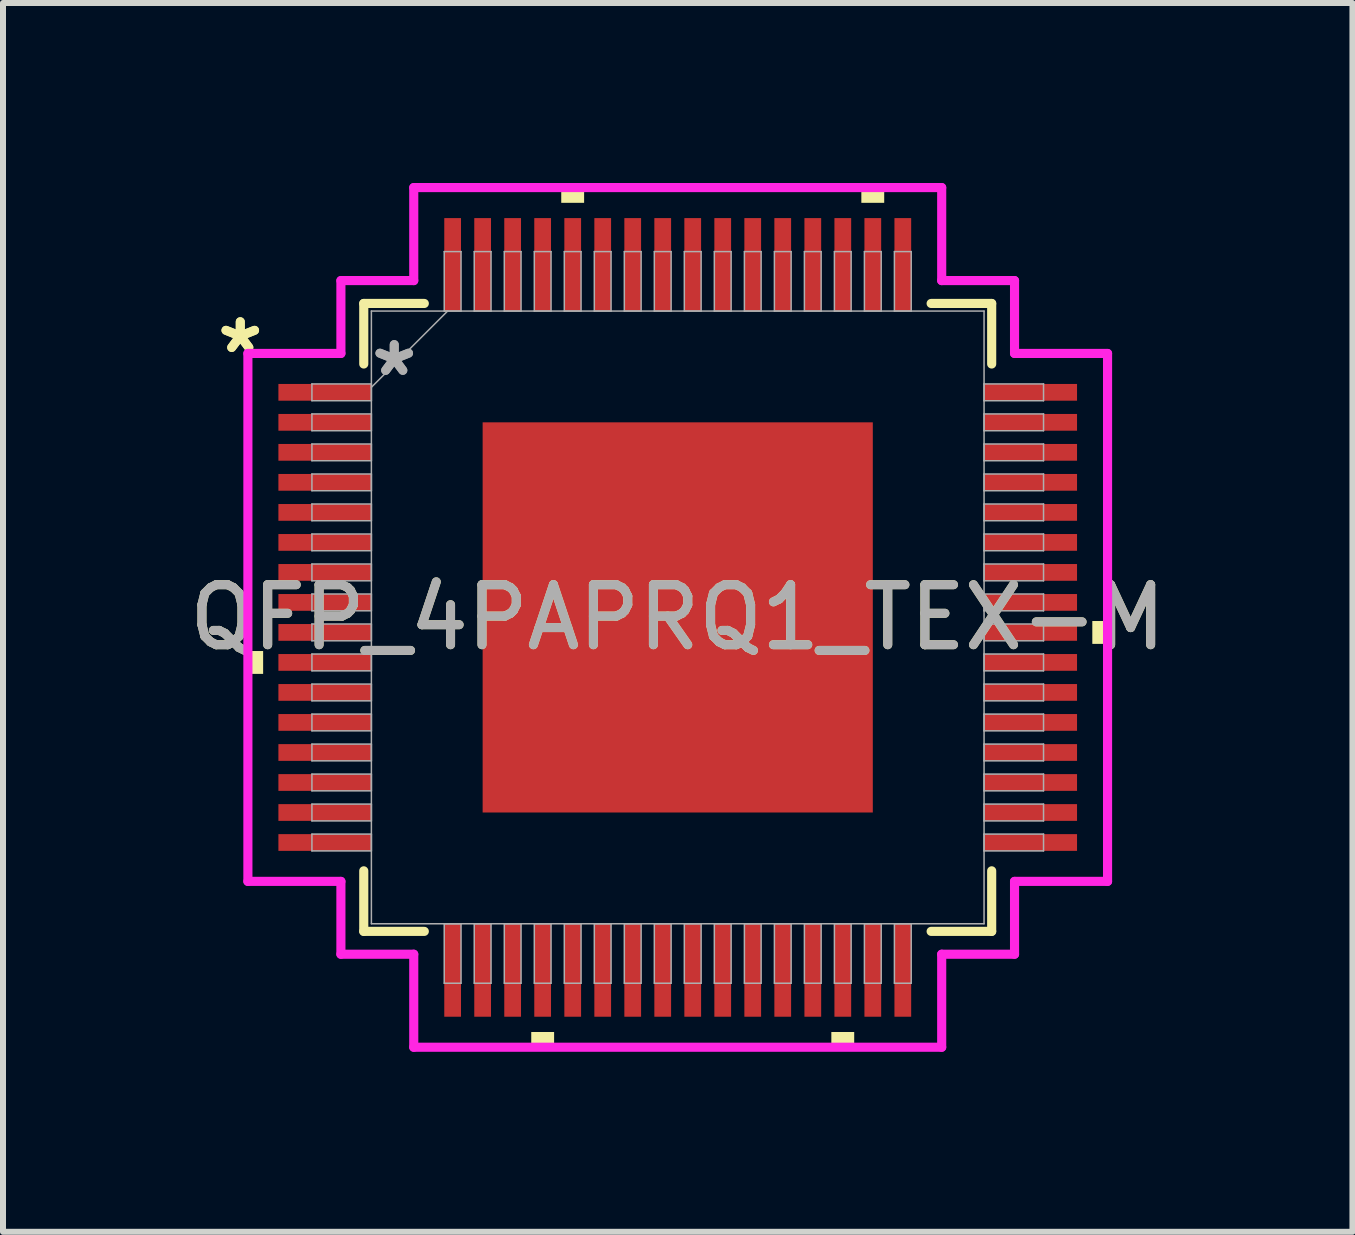
<source format=kicad_pcb>
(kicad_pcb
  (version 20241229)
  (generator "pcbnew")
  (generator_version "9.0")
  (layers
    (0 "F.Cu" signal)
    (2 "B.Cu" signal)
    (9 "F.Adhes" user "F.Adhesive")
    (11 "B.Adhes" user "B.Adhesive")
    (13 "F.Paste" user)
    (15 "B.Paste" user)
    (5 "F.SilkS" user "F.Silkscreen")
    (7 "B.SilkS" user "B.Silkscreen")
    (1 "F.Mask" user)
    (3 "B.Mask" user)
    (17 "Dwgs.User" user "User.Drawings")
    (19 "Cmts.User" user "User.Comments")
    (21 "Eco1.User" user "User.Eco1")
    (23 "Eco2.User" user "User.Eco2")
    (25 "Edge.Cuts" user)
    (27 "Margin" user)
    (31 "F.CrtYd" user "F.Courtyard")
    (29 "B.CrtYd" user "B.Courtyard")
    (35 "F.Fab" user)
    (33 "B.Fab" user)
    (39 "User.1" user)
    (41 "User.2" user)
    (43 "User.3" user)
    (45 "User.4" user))
  (footprint "QFP_4PAPRQ1_TEX-M"
    (layer "F.Cu")
    (at 8.244 7.239)
    (property "Reference" "QFP_4PAPRQ1_TEX-M" (at 0 0 0) (unlocked yes) (layer "F.SilkS") (effects (font (size 1 1) (thickness 0.15))))
    (attr smd)
    (fp_line (start -5.232 -5.232) (end -5.232 -4.223) (stroke (width 0.152) (type solid)) (layer "F.SilkS"))
    (fp_line (start -5.232 4.223) (end -5.232 5.232) (stroke (width 0.152) (type solid)) (layer "F.SilkS"))
    (fp_line (start -5.232 5.232) (end -4.223 5.232) (stroke (width 0.152) (type solid)) (layer "F.SilkS"))
    (fp_line (start -4.223 -5.232) (end -5.232 -5.232) (stroke (width 0.152) (type solid)) (layer "F.SilkS"))
    (fp_line (start 4.223 5.232) (end 5.232 5.232) (stroke (width 0.152) (type solid)) (layer "F.SilkS"))
    (fp_line (start 5.232 -5.232) (end 4.223 -5.232) (stroke (width 0.152) (type solid)) (layer "F.SilkS"))
    (fp_line (start 5.232 -4.223) (end 5.232 -5.232) (stroke (width 0.152) (type solid)) (layer "F.SilkS"))
    (fp_line (start 5.232 5.232) (end 5.232 4.223) (stroke (width 0.152) (type solid)) (layer "F.SilkS"))
    (fp_poly (pts (xy -7.163 0.56) (xy -7.163 0.941) (xy -6.909 0.941) (xy -6.909 0.56)) (stroke (width 0) (type solid)) (fill yes) (layer "F.SilkS"))
    (fp_poly (pts (xy -2.441 6.909) (xy -2.441 7.163) (xy -2.06 7.163) (xy -2.06 6.909)) (stroke (width 0) (type solid)) (fill yes) (layer "F.SilkS"))
    (fp_poly (pts (xy -1.941 -6.909) (xy -1.941 -7.163) (xy -1.56 -7.163) (xy -1.56 -6.909)) (stroke (width 0) (type solid)) (fill yes) (layer "F.SilkS"))
    (fp_poly (pts (xy 2.56 6.909) (xy 2.56 7.163) (xy 2.941 7.163) (xy 2.941 6.909)) (stroke (width 0) (type solid)) (fill yes) (layer "F.SilkS"))
    (fp_poly (pts (xy 3.06 -6.909) (xy 3.06 -7.163) (xy 3.441 -7.163) (xy 3.441 -6.909)) (stroke (width 0) (type solid)) (fill yes) (layer "F.SilkS"))
    (fp_poly (pts (xy 7.163 0.06) (xy 7.163 0.441) (xy 6.909 0.441) (xy 6.909 0.06)) (stroke (width 0) (type solid)) (fill yes) (layer "F.SilkS"))
    (fp_poly (pts (xy -3.151 -3.151) (xy -3.151 -2.051) (xy -2.051 -2.051) (xy -2.051 -3.151)) (stroke (width 0) (type solid)) (fill yes) (layer "F.Paste"))
    (fp_poly (pts (xy -3.151 -1.851) (xy -3.151 -0.75) (xy -2.051 -0.75) (xy -2.051 -1.851)) (stroke (width 0) (type solid)) (fill yes) (layer "F.Paste"))
    (fp_poly (pts (xy -3.151 -0.55) (xy -3.151 0.55) (xy -2.051 0.55) (xy -2.051 -0.55)) (stroke (width 0) (type solid)) (fill yes) (layer "F.Paste"))
    (fp_poly (pts (xy -3.151 0.75) (xy -3.151 1.851) (xy -2.051 1.851) (xy -2.051 0.75)) (stroke (width 0) (type solid)) (fill yes) (layer "F.Paste"))
    (fp_poly (pts (xy -3.151 2.051) (xy -3.151 3.151) (xy -2.051 3.151) (xy -2.051 2.051)) (stroke (width 0) (type solid)) (fill yes) (layer "F.Paste"))
    (fp_poly (pts (xy -1.851 -3.151) (xy -1.851 -2.051) (xy -0.75 -2.051) (xy -0.75 -3.151)) (stroke (width 0) (type solid)) (fill yes) (layer "F.Paste"))
    (fp_poly (pts (xy -1.851 -1.851) (xy -1.851 -0.75) (xy -0.75 -0.75) (xy -0.75 -1.851)) (stroke (width 0) (type solid)) (fill yes) (layer "F.Paste"))
    (fp_poly (pts (xy -1.851 -0.55) (xy -1.851 0.55) (xy -0.75 0.55) (xy -0.75 -0.55)) (stroke (width 0) (type solid)) (fill yes) (layer "F.Paste"))
    (fp_poly (pts (xy -1.851 0.75) (xy -1.851 1.851) (xy -0.75 1.851) (xy -0.75 0.75)) (stroke (width 0) (type solid)) (fill yes) (layer "F.Paste"))
    (fp_poly (pts (xy -1.851 2.051) (xy -1.851 3.151) (xy -0.75 3.151) (xy -0.75 2.051)) (stroke (width 0) (type solid)) (fill yes) (layer "F.Paste"))
    (fp_poly (pts (xy -0.55 -3.151) (xy -0.55 -2.051) (xy 0.55 -2.051) (xy 0.55 -3.151)) (stroke (width 0) (type solid)) (fill yes) (layer "F.Paste"))
    (fp_poly (pts (xy -0.55 -1.851) (xy -0.55 -0.75) (xy 0.55 -0.75) (xy 0.55 -1.851)) (stroke (width 0) (type solid)) (fill yes) (layer "F.Paste"))
    (fp_poly (pts (xy -0.55 -0.55) (xy -0.55 0.55) (xy 0.55 0.55) (xy 0.55 -0.55)) (stroke (width 0) (type solid)) (fill yes) (layer "F.Paste"))
    (fp_poly (pts (xy -0.55 0.75) (xy -0.55 1.851) (xy 0.55 1.851) (xy 0.55 0.75)) (stroke (width 0) (type solid)) (fill yes) (layer "F.Paste"))
    (fp_poly (pts (xy -0.55 2.051) (xy -0.55 3.151) (xy 0.55 3.151) (xy 0.55 2.051)) (stroke (width 0) (type solid)) (fill yes) (layer "F.Paste"))
    (fp_poly (pts (xy 0.75 -3.151) (xy 0.75 -2.051) (xy 1.851 -2.051) (xy 1.851 -3.151)) (stroke (width 0) (type solid)) (fill yes) (layer "F.Paste"))
    (fp_poly (pts (xy 0.75 -1.851) (xy 0.75 -0.75) (xy 1.851 -0.75) (xy 1.851 -1.851)) (stroke (width 0) (type solid)) (fill yes) (layer "F.Paste"))
    (fp_poly (pts (xy 0.75 -0.55) (xy 0.75 0.55) (xy 1.851 0.55) (xy 1.851 -0.55)) (stroke (width 0) (type solid)) (fill yes) (layer "F.Paste"))
    (fp_poly (pts (xy 0.75 0.75) (xy 0.75 1.851) (xy 1.851 1.851) (xy 1.851 0.75)) (stroke (width 0) (type solid)) (fill yes) (layer "F.Paste"))
    (fp_poly (pts (xy 0.75 2.051) (xy 0.75 3.151) (xy 1.851 3.151) (xy 1.851 2.051)) (stroke (width 0) (type solid)) (fill yes) (layer "F.Paste"))
    (fp_poly (pts (xy 2.051 -3.151) (xy 2.051 -2.051) (xy 3.151 -2.051) (xy 3.151 -3.151)) (stroke (width 0) (type solid)) (fill yes) (layer "F.Paste"))
    (fp_poly (pts (xy 2.051 -1.851) (xy 2.051 -0.75) (xy 3.151 -0.75) (xy 3.151 -1.851)) (stroke (width 0) (type solid)) (fill yes) (layer "F.Paste"))
    (fp_poly (pts (xy 2.051 -0.55) (xy 2.051 0.55) (xy 3.151 0.55) (xy 3.151 -0.55)) (stroke (width 0) (type solid)) (fill yes) (layer "F.Paste"))
    (fp_poly (pts (xy 2.051 0.75) (xy 2.051 1.851) (xy 3.151 1.851) (xy 3.151 0.75)) (stroke (width 0) (type solid)) (fill yes) (layer "F.Paste"))
    (fp_poly (pts (xy 2.051 2.051) (xy 2.051 3.151) (xy 3.151 3.151) (xy 3.151 2.051)) (stroke (width 0) (type solid)) (fill yes) (layer "F.Paste"))
    (fp_line (start -7.163 -4.399) (end -5.613 -4.399) (stroke (width 0.152) (type solid)) (layer "F.CrtYd"))
    (fp_line (start -7.163 4.399) (end -7.163 -4.399) (stroke (width 0.152) (type solid)) (layer "F.CrtYd"))
    (fp_line (start -5.613 -5.613) (end -4.399 -5.613) (stroke (width 0.152) (type solid)) (layer "F.CrtYd"))
    (fp_line (start -5.613 -4.399) (end -5.613 -5.613) (stroke (width 0.152) (type solid)) (layer "F.CrtYd"))
    (fp_line (start -5.613 4.399) (end -7.163 4.399) (stroke (width 0.152) (type solid)) (layer "F.CrtYd"))
    (fp_line (start -5.613 5.613) (end -5.613 4.399) (stroke (width 0.152) (type solid)) (layer "F.CrtYd"))
    (fp_line (start -5.613 5.613) (end -4.399 5.613) (stroke (width 0.152) (type solid)) (layer "F.CrtYd"))
    (fp_line (start -4.399 -7.163) (end 4.399 -7.163) (stroke (width 0.152) (type solid)) (layer "F.CrtYd"))
    (fp_line (start -4.399 -5.613) (end -4.399 -7.163) (stroke (width 0.152) (type solid)) (layer "F.CrtYd"))
    (fp_line (start -4.399 5.613) (end -4.399 7.163) (stroke (width 0.152) (type solid)) (layer "F.CrtYd"))
    (fp_line (start -4.399 7.163) (end 4.399 7.163) (stroke (width 0.152) (type solid)) (layer "F.CrtYd"))
    (fp_line (start 4.399 -7.163) (end 4.399 -5.613) (stroke (width 0.152) (type solid)) (layer "F.CrtYd"))
    (fp_line (start 4.399 -5.613) (end 5.613 -5.613) (stroke (width 0.152) (type solid)) (layer "F.CrtYd"))
    (fp_line (start 4.399 5.613) (end 5.613 5.613) (stroke (width 0.152) (type solid)) (layer "F.CrtYd"))
    (fp_line (start 4.399 7.163) (end 4.399 5.613) (stroke (width 0.152) (type solid)) (layer "F.CrtYd"))
    (fp_line (start 5.613 -4.399) (end 5.613 -5.613) (stroke (width 0.152) (type solid)) (layer "F.CrtYd"))
    (fp_line (start 5.613 4.399) (end 7.163 4.399) (stroke (width 0.152) (type solid)) (layer "F.CrtYd"))
    (fp_line (start 5.613 5.613) (end 5.613 4.399) (stroke (width 0.152) (type solid)) (layer "F.CrtYd"))
    (fp_line (start 7.163 -4.399) (end 5.613 -4.399) (stroke (width 0.152) (type solid)) (layer "F.CrtYd"))
    (fp_line (start 7.163 4.399) (end 7.163 -4.399) (stroke (width 0.152) (type solid)) (layer "F.CrtYd"))
    (fp_line (start -6.096 -3.891) (end -6.096 -3.611) (stroke (width 0.025) (type solid)) (layer "F.Fab"))
    (fp_line (start -6.096 -3.611) (end -5.105 -3.611) (stroke (width 0.025) (type solid)) (layer "F.Fab"))
    (fp_line (start -6.096 -3.391) (end -6.096 -3.111) (stroke (width 0.025) (type solid)) (layer "F.Fab"))
    (fp_line (start -6.096 -3.111) (end -5.105 -3.111) (stroke (width 0.025) (type solid)) (layer "F.Fab"))
    (fp_line (start -6.096 -2.89) (end -6.096 -2.611) (stroke (width 0.025) (type solid)) (layer "F.Fab"))
    (fp_line (start -6.096 -2.611) (end -5.105 -2.611) (stroke (width 0.025) (type solid)) (layer "F.Fab"))
    (fp_line (start -6.096 -2.39) (end -6.096 -2.111) (stroke (width 0.025) (type solid)) (layer "F.Fab"))
    (fp_line (start -6.096 -2.111) (end -5.105 -2.111) (stroke (width 0.025) (type solid)) (layer "F.Fab"))
    (fp_line (start -6.096 -1.89) (end -6.096 -1.611) (stroke (width 0.025) (type solid)) (layer "F.Fab"))
    (fp_line (start -6.096 -1.611) (end -5.105 -1.611) (stroke (width 0.025) (type solid)) (layer "F.Fab"))
    (fp_line (start -6.096 -1.39) (end -6.096 -1.111) (stroke (width 0.025) (type solid)) (layer "F.Fab"))
    (fp_line (start -6.096 -1.111) (end -5.105 -1.111) (stroke (width 0.025) (type solid)) (layer "F.Fab"))
    (fp_line (start -6.096 -0.89) (end -6.096 -0.61) (stroke (width 0.025) (type solid)) (layer "F.Fab"))
    (fp_line (start -6.096 -0.61) (end -5.105 -0.61) (stroke (width 0.025) (type solid)) (layer "F.Fab"))
    (fp_line (start -6.096 -0.39) (end -6.096 -0.11) (stroke (width 0.025) (type solid)) (layer "F.Fab"))
    (fp_line (start -6.096 -0.11) (end -5.105 -0.11) (stroke (width 0.025) (type solid)) (layer "F.Fab"))
    (fp_line (start -6.096 0.11) (end -6.096 0.39) (stroke (width 0.025) (type solid)) (layer "F.Fab"))
    (fp_line (start -6.096 0.39) (end -5.105 0.39) (stroke (width 0.025) (type solid)) (layer "F.Fab"))
    (fp_line (start -6.096 0.61) (end -6.096 0.89) (stroke (width 0.025) (type solid)) (layer "F.Fab"))
    (fp_line (start -6.096 0.89) (end -5.105 0.89) (stroke (width 0.025) (type solid)) (layer "F.Fab"))
    (fp_line (start -6.096 1.111) (end -6.096 1.39) (stroke (width 0.025) (type solid)) (layer "F.Fab"))
    (fp_line (start -6.096 1.39) (end -5.105 1.39) (stroke (width 0.025) (type solid)) (layer "F.Fab"))
    (fp_line (start -6.096 1.611) (end -6.096 1.89) (stroke (width 0.025) (type solid)) (layer "F.Fab"))
    (fp_line (start -6.096 1.89) (end -5.105 1.89) (stroke (width 0.025) (type solid)) (layer "F.Fab"))
    (fp_line (start -6.096 2.111) (end -6.096 2.39) (stroke (width 0.025) (type solid)) (layer "F.Fab"))
    (fp_line (start -6.096 2.39) (end -5.105 2.39) (stroke (width 0.025) (type solid)) (layer "F.Fab"))
    (fp_line (start -6.096 2.611) (end -6.096 2.89) (stroke (width 0.025) (type solid)) (layer "F.Fab"))
    (fp_line (start -6.096 2.89) (end -5.105 2.89) (stroke (width 0.025) (type solid)) (layer "F.Fab"))
    (fp_line (start -6.096 3.111) (end -6.096 3.391) (stroke (width 0.025) (type solid)) (layer "F.Fab"))
    (fp_line (start -6.096 3.391) (end -5.105 3.391) (stroke (width 0.025) (type solid)) (layer "F.Fab"))
    (fp_line (start -6.096 3.611) (end -6.096 3.891) (stroke (width 0.025) (type solid)) (layer "F.Fab"))
    (fp_line (start -6.096 3.891) (end -5.105 3.891) (stroke (width 0.025) (type solid)) (layer "F.Fab"))
    (fp_line (start -5.105 -5.105) (end -5.105 5.105) (stroke (width 0.025) (type solid)) (layer "F.Fab"))
    (fp_line (start -5.105 -3.891) (end -6.096 -3.891) (stroke (width 0.025) (type solid)) (layer "F.Fab"))
    (fp_line (start -5.105 -3.835) (end -3.835 -5.105) (stroke (width 0.025) (type solid)) (layer "F.Fab"))
    (fp_line (start -5.105 -3.611) (end -5.105 -3.891) (stroke (width 0.025) (type solid)) (layer "F.Fab"))
    (fp_line (start -5.105 -3.391) (end -6.096 -3.391) (stroke (width 0.025) (type solid)) (layer "F.Fab"))
    (fp_line (start -5.105 -3.111) (end -5.105 -3.391) (stroke (width 0.025) (type solid)) (layer "F.Fab"))
    (fp_line (start -5.105 -2.89) (end -6.096 -2.89) (stroke (width 0.025) (type solid)) (layer "F.Fab"))
    (fp_line (start -5.105 -2.611) (end -5.105 -2.89) (stroke (width 0.025) (type solid)) (layer "F.Fab"))
    (fp_line (start -5.105 -2.39) (end -6.096 -2.39) (stroke (width 0.025) (type solid)) (layer "F.Fab"))
    (fp_line (start -5.105 -2.111) (end -5.105 -2.39) (stroke (width 0.025) (type solid)) (layer "F.Fab"))
    (fp_line (start -5.105 -1.89) (end -6.096 -1.89) (stroke (width 0.025) (type solid)) (layer "F.Fab"))
    (fp_line (start -5.105 -1.611) (end -5.105 -1.89) (stroke (width 0.025) (type solid)) (layer "F.Fab"))
    (fp_line (start -5.105 -1.39) (end -6.096 -1.39) (stroke (width 0.025) (type solid)) (layer "F.Fab"))
    (fp_line (start -5.105 -1.111) (end -5.105 -1.39) (stroke (width 0.025) (type solid)) (layer "F.Fab"))
    (fp_line (start -5.105 -0.89) (end -6.096 -0.89) (stroke (width 0.025) (type solid)) (layer "F.Fab"))
    (fp_line (start -5.105 -0.61) (end -5.105 -0.89) (stroke (width 0.025) (type solid)) (layer "F.Fab"))
    (fp_line (start -5.105 -0.39) (end -6.096 -0.39) (stroke (width 0.025) (type solid)) (layer "F.Fab"))
    (fp_line (start -5.105 -0.11) (end -5.105 -0.39) (stroke (width 0.025) (type solid)) (layer "F.Fab"))
    (fp_line (start -5.105 0.11) (end -6.096 0.11) (stroke (width 0.025) (type solid)) (layer "F.Fab"))
    (fp_line (start -5.105 0.39) (end -5.105 0.11) (stroke (width 0.025) (type solid)) (layer "F.Fab"))
    (fp_line (start -5.105 0.61) (end -6.096 0.61) (stroke (width 0.025) (type solid)) (layer "F.Fab"))
    (fp_line (start -5.105 0.89) (end -5.105 0.61) (stroke (width 0.025) (type solid)) (layer "F.Fab"))
    (fp_line (start -5.105 1.111) (end -6.096 1.111) (stroke (width 0.025) (type solid)) (layer "F.Fab"))
    (fp_line (start -5.105 1.39) (end -5.105 1.111) (stroke (width 0.025) (type solid)) (layer "F.Fab"))
    (fp_line (start -5.105 1.611) (end -6.096 1.611) (stroke (width 0.025) (type solid)) (layer "F.Fab"))
    (fp_line (start -5.105 1.89) (end -5.105 1.611) (stroke (width 0.025) (type solid)) (layer "F.Fab"))
    (fp_line (start -5.105 2.111) (end -6.096 2.111) (stroke (width 0.025) (type solid)) (layer "F.Fab"))
    (fp_line (start -5.105 2.39) (end -5.105 2.111) (stroke (width 0.025) (type solid)) (layer "F.Fab"))
    (fp_line (start -5.105 2.611) (end -6.096 2.611) (stroke (width 0.025) (type solid)) (layer "F.Fab"))
    (fp_line (start -5.105 2.89) (end -5.105 2.611) (stroke (width 0.025) (type solid)) (layer "F.Fab"))
    (fp_line (start -5.105 3.111) (end -6.096 3.111) (stroke (width 0.025) (type solid)) (layer "F.Fab"))
    (fp_line (start -5.105 3.391) (end -5.105 3.111) (stroke (width 0.025) (type solid)) (layer "F.Fab"))
    (fp_line (start -5.105 3.611) (end -6.096 3.611) (stroke (width 0.025) (type solid)) (layer "F.Fab"))
    (fp_line (start -5.105 3.891) (end -5.105 3.611) (stroke (width 0.025) (type solid)) (layer "F.Fab"))
    (fp_line (start -5.105 5.105) (end 5.105 5.105) (stroke (width 0.025) (type solid)) (layer "F.Fab"))
    (fp_line (start -3.891 -6.096) (end -3.891 -5.105) (stroke (width 0.025) (type solid)) (layer "F.Fab"))
    (fp_line (start -3.891 -5.105) (end -3.611 -5.105) (stroke (width 0.025) (type solid)) (layer "F.Fab"))
    (fp_line (start -3.891 5.105) (end -3.891 6.096) (stroke (width 0.025) (type solid)) (layer "F.Fab"))
    (fp_line (start -3.891 6.096) (end -3.611 6.096) (stroke (width 0.025) (type solid)) (layer "F.Fab"))
    (fp_line (start -3.611 -6.096) (end -3.891 -6.096) (stroke (width 0.025) (type solid)) (layer "F.Fab"))
    (fp_line (start -3.611 -5.105) (end -3.611 -6.096) (stroke (width 0.025) (type solid)) (layer "F.Fab"))
    (fp_line (start -3.611 5.105) (end -3.891 5.105) (stroke (width 0.025) (type solid)) (layer "F.Fab"))
    (fp_line (start -3.611 6.096) (end -3.611 5.105) (stroke (width 0.025) (type solid)) (layer "F.Fab"))
    (fp_line (start -3.391 -6.096) (end -3.391 -5.105) (stroke (width 0.025) (type solid)) (layer "F.Fab"))
    (fp_line (start -3.391 -5.105) (end -3.111 -5.105) (stroke (width 0.025) (type solid)) (layer "F.Fab"))
    (fp_line (start -3.391 5.105) (end -3.391 6.096) (stroke (width 0.025) (type solid)) (layer "F.Fab"))
    (fp_line (start -3.391 6.096) (end -3.111 6.096) (stroke (width 0.025) (type solid)) (layer "F.Fab"))
    (fp_line (start -3.111 -6.096) (end -3.391 -6.096) (stroke (width 0.025) (type solid)) (layer "F.Fab"))
    (fp_line (start -3.111 -5.105) (end -3.111 -6.096) (stroke (width 0.025) (type solid)) (layer "F.Fab"))
    (fp_line (start -3.111 5.105) (end -3.391 5.105) (stroke (width 0.025) (type solid)) (layer "F.Fab"))
    (fp_line (start -3.111 6.096) (end -3.111 5.105) (stroke (width 0.025) (type solid)) (layer "F.Fab"))
    (fp_line (start -2.89 -6.096) (end -2.89 -5.105) (stroke (width 0.025) (type solid)) (layer "F.Fab"))
    (fp_line (start -2.89 -5.105) (end -2.611 -5.105) (stroke (width 0.025) (type solid)) (layer "F.Fab"))
    (fp_line (start -2.89 5.105) (end -2.89 6.096) (stroke (width 0.025) (type solid)) (layer "F.Fab"))
    (fp_line (start -2.89 6.096) (end -2.611 6.096) (stroke (width 0.025) (type solid)) (layer "F.Fab"))
    (fp_line (start -2.611 -6.096) (end -2.89 -6.096) (stroke (width 0.025) (type solid)) (layer "F.Fab"))
    (fp_line (start -2.611 -5.105) (end -2.611 -6.096) (stroke (width 0.025) (type solid)) (layer "F.Fab"))
    (fp_line (start -2.611 5.105) (end -2.89 5.105) (stroke (width 0.025) (type solid)) (layer "F.Fab"))
    (fp_line (start -2.611 6.096) (end -2.611 5.105) (stroke (width 0.025) (type solid)) (layer "F.Fab"))
    (fp_line (start -2.39 -6.096) (end -2.39 -5.105) (stroke (width 0.025) (type solid)) (layer "F.Fab"))
    (fp_line (start -2.39 -5.105) (end -2.111 -5.105) (stroke (width 0.025) (type solid)) (layer "F.Fab"))
    (fp_line (start -2.39 5.105) (end -2.39 6.096) (stroke (width 0.025) (type solid)) (layer "F.Fab"))
    (fp_line (start -2.39 6.096) (end -2.111 6.096) (stroke (width 0.025) (type solid)) (layer "F.Fab"))
    (fp_line (start -2.111 -6.096) (end -2.39 -6.096) (stroke (width 0.025) (type solid)) (layer "F.Fab"))
    (fp_line (start -2.111 -5.105) (end -2.111 -6.096) (stroke (width 0.025) (type solid)) (layer "F.Fab"))
    (fp_line (start -2.111 5.105) (end -2.39 5.105) (stroke (width 0.025) (type solid)) (layer "F.Fab"))
    (fp_line (start -2.111 6.096) (end -2.111 5.105) (stroke (width 0.025) (type solid)) (layer "F.Fab"))
    (fp_line (start -1.89 -6.096) (end -1.89 -5.105) (stroke (width 0.025) (type solid)) (layer "F.Fab"))
    (fp_line (start -1.89 -5.105) (end -1.611 -5.105) (stroke (width 0.025) (type solid)) (layer "F.Fab"))
    (fp_line (start -1.89 5.105) (end -1.89 6.096) (stroke (width 0.025) (type solid)) (layer "F.Fab"))
    (fp_line (start -1.89 6.096) (end -1.611 6.096) (stroke (width 0.025) (type solid)) (layer "F.Fab"))
    (fp_line (start -1.611 -6.096) (end -1.89 -6.096) (stroke (width 0.025) (type solid)) (layer "F.Fab"))
    (fp_line (start -1.611 -5.105) (end -1.611 -6.096) (stroke (width 0.025) (type solid)) (layer "F.Fab"))
    (fp_line (start -1.611 5.105) (end -1.89 5.105) (stroke (width 0.025) (type solid)) (layer "F.Fab"))
    (fp_line (start -1.611 6.096) (end -1.611 5.105) (stroke (width 0.025) (type solid)) (layer "F.Fab"))
    (fp_line (start -1.39 -6.096) (end -1.39 -5.105) (stroke (width 0.025) (type solid)) (layer "F.Fab"))
    (fp_line (start -1.39 -5.105) (end -1.111 -5.105) (stroke (width 0.025) (type solid)) (layer "F.Fab"))
    (fp_line (start -1.39 5.105) (end -1.39 6.096) (stroke (width 0.025) (type solid)) (layer "F.Fab"))
    (fp_line (start -1.39 6.096) (end -1.111 6.096) (stroke (width 0.025) (type solid)) (layer "F.Fab"))
    (fp_line (start -1.111 -6.096) (end -1.39 -6.096) (stroke (width 0.025) (type solid)) (layer "F.Fab"))
    (fp_line (start -1.111 -5.105) (end -1.111 -6.096) (stroke (width 0.025) (type solid)) (layer "F.Fab"))
    (fp_line (start -1.111 5.105) (end -1.39 5.105) (stroke (width 0.025) (type solid)) (layer "F.Fab"))
    (fp_line (start -1.111 6.096) (end -1.111 5.105) (stroke (width 0.025) (type solid)) (layer "F.Fab"))
    (fp_line (start -0.89 -6.096) (end -0.89 -5.105) (stroke (width 0.025) (type solid)) (layer "F.Fab"))
    (fp_line (start -0.89 -5.105) (end -0.61 -5.105) (stroke (width 0.025) (type solid)) (layer "F.Fab"))
    (fp_line (start -0.89 5.105) (end -0.89 6.096) (stroke (width 0.025) (type solid)) (layer "F.Fab"))
    (fp_line (start -0.89 6.096) (end -0.61 6.096) (stroke (width 0.025) (type solid)) (layer "F.Fab"))
    (fp_line (start -0.61 -6.096) (end -0.89 -6.096) (stroke (width 0.025) (type solid)) (layer "F.Fab"))
    (fp_line (start -0.61 -5.105) (end -0.61 -6.096) (stroke (width 0.025) (type solid)) (layer "F.Fab"))
    (fp_line (start -0.61 5.105) (end -0.89 5.105) (stroke (width 0.025) (type solid)) (layer "F.Fab"))
    (fp_line (start -0.61 6.096) (end -0.61 5.105) (stroke (width 0.025) (type solid)) (layer "F.Fab"))
    (fp_line (start -0.39 -6.096) (end -0.39 -5.105) (stroke (width 0.025) (type solid)) (layer "F.Fab"))
    (fp_line (start -0.39 -5.105) (end -0.11 -5.105) (stroke (width 0.025) (type solid)) (layer "F.Fab"))
    (fp_line (start -0.39 5.105) (end -0.39 6.096) (stroke (width 0.025) (type solid)) (layer "F.Fab"))
    (fp_line (start -0.39 6.096) (end -0.11 6.096) (stroke (width 0.025) (type solid)) (layer "F.Fab"))
    (fp_line (start -0.11 -6.096) (end -0.39 -6.096) (stroke (width 0.025) (type solid)) (layer "F.Fab"))
    (fp_line (start -0.11 -5.105) (end -0.11 -6.096) (stroke (width 0.025) (type solid)) (layer "F.Fab"))
    (fp_line (start -0.11 5.105) (end -0.39 5.105) (stroke (width 0.025) (type solid)) (layer "F.Fab"))
    (fp_line (start -0.11 6.096) (end -0.11 5.105) (stroke (width 0.025) (type solid)) (layer "F.Fab"))
    (fp_line (start 0.11 -6.096) (end 0.11 -5.105) (stroke (width 0.025) (type solid)) (layer "F.Fab"))
    (fp_line (start 0.11 -5.105) (end 0.39 -5.105) (stroke (width 0.025) (type solid)) (layer "F.Fab"))
    (fp_line (start 0.11 5.105) (end 0.11 6.096) (stroke (width 0.025) (type solid)) (layer "F.Fab"))
    (fp_line (start 0.11 6.096) (end 0.39 6.096) (stroke (width 0.025) (type solid)) (layer "F.Fab"))
    (fp_line (start 0.39 -6.096) (end 0.11 -6.096) (stroke (width 0.025) (type solid)) (layer "F.Fab"))
    (fp_line (start 0.39 -5.105) (end 0.39 -6.096) (stroke (width 0.025) (type solid)) (layer "F.Fab"))
    (fp_line (start 0.39 5.105) (end 0.11 5.105) (stroke (width 0.025) (type solid)) (layer "F.Fab"))
    (fp_line (start 0.39 6.096) (end 0.39 5.105) (stroke (width 0.025) (type solid)) (layer "F.Fab"))
    (fp_line (start 0.61 -6.096) (end 0.61 -5.105) (stroke (width 0.025) (type solid)) (layer "F.Fab"))
    (fp_line (start 0.61 -5.105) (end 0.89 -5.105) (stroke (width 0.025) (type solid)) (layer "F.Fab"))
    (fp_line (start 0.61 5.105) (end 0.61 6.096) (stroke (width 0.025) (type solid)) (layer "F.Fab"))
    (fp_line (start 0.61 6.096) (end 0.89 6.096) (stroke (width 0.025) (type solid)) (layer "F.Fab"))
    (fp_line (start 0.89 -6.096) (end 0.61 -6.096) (stroke (width 0.025) (type solid)) (layer "F.Fab"))
    (fp_line (start 0.89 -5.105) (end 0.89 -6.096) (stroke (width 0.025) (type solid)) (layer "F.Fab"))
    (fp_line (start 0.89 5.105) (end 0.61 5.105) (stroke (width 0.025) (type solid)) (layer "F.Fab"))
    (fp_line (start 0.89 6.096) (end 0.89 5.105) (stroke (width 0.025) (type solid)) (layer "F.Fab"))
    (fp_line (start 1.111 -6.096) (end 1.111 -5.105) (stroke (width 0.025) (type solid)) (layer "F.Fab"))
    (fp_line (start 1.111 -5.105) (end 1.39 -5.105) (stroke (width 0.025) (type solid)) (layer "F.Fab"))
    (fp_line (start 1.111 5.105) (end 1.111 6.096) (stroke (width 0.025) (type solid)) (layer "F.Fab"))
    (fp_line (start 1.111 6.096) (end 1.39 6.096) (stroke (width 0.025) (type solid)) (layer "F.Fab"))
    (fp_line (start 1.39 -6.096) (end 1.111 -6.096) (stroke (width 0.025) (type solid)) (layer "F.Fab"))
    (fp_line (start 1.39 -5.105) (end 1.39 -6.096) (stroke (width 0.025) (type solid)) (layer "F.Fab"))
    (fp_line (start 1.39 5.105) (end 1.111 5.105) (stroke (width 0.025) (type solid)) (layer "F.Fab"))
    (fp_line (start 1.39 6.096) (end 1.39 5.105) (stroke (width 0.025) (type solid)) (layer "F.Fab"))
    (fp_line (start 1.611 -6.096) (end 1.611 -5.105) (stroke (width 0.025) (type solid)) (layer "F.Fab"))
    (fp_line (start 1.611 -5.105) (end 1.89 -5.105) (stroke (width 0.025) (type solid)) (layer "F.Fab"))
    (fp_line (start 1.611 5.105) (end 1.611 6.096) (stroke (width 0.025) (type solid)) (layer "F.Fab"))
    (fp_line (start 1.611 6.096) (end 1.89 6.096) (stroke (width 0.025) (type solid)) (layer "F.Fab"))
    (fp_line (start 1.89 -6.096) (end 1.611 -6.096) (stroke (width 0.025) (type solid)) (layer "F.Fab"))
    (fp_line (start 1.89 -5.105) (end 1.89 -6.096) (stroke (width 0.025) (type solid)) (layer "F.Fab"))
    (fp_line (start 1.89 5.105) (end 1.611 5.105) (stroke (width 0.025) (type solid)) (layer "F.Fab"))
    (fp_line (start 1.89 6.096) (end 1.89 5.105) (stroke (width 0.025) (type solid)) (layer "F.Fab"))
    (fp_line (start 2.111 -6.096) (end 2.111 -5.105) (stroke (width 0.025) (type solid)) (layer "F.Fab"))
    (fp_line (start 2.111 -5.105) (end 2.39 -5.105) (stroke (width 0.025) (type solid)) (layer "F.Fab"))
    (fp_line (start 2.111 5.105) (end 2.111 6.096) (stroke (width 0.025) (type solid)) (layer "F.Fab"))
    (fp_line (start 2.111 6.096) (end 2.39 6.096) (stroke (width 0.025) (type solid)) (layer "F.Fab"))
    (fp_line (start 2.39 -6.096) (end 2.111 -6.096) (stroke (width 0.025) (type solid)) (layer "F.Fab"))
    (fp_line (start 2.39 -5.105) (end 2.39 -6.096) (stroke (width 0.025) (type solid)) (layer "F.Fab"))
    (fp_line (start 2.39 5.105) (end 2.111 5.105) (stroke (width 0.025) (type solid)) (layer "F.Fab"))
    (fp_line (start 2.39 6.096) (end 2.39 5.105) (stroke (width 0.025) (type solid)) (layer "F.Fab"))
    (fp_line (start 2.611 -6.096) (end 2.611 -5.105) (stroke (width 0.025) (type solid)) (layer "F.Fab"))
    (fp_line (start 2.611 -5.105) (end 2.89 -5.105) (stroke (width 0.025) (type solid)) (layer "F.Fab"))
    (fp_line (start 2.611 5.105) (end 2.611 6.096) (stroke (width 0.025) (type solid)) (layer "F.Fab"))
    (fp_line (start 2.611 6.096) (end 2.89 6.096) (stroke (width 0.025) (type solid)) (layer "F.Fab"))
    (fp_line (start 2.89 -6.096) (end 2.611 -6.096) (stroke (width 0.025) (type solid)) (layer "F.Fab"))
    (fp_line (start 2.89 -5.105) (end 2.89 -6.096) (stroke (width 0.025) (type solid)) (layer "F.Fab"))
    (fp_line (start 2.89 5.105) (end 2.611 5.105) (stroke (width 0.025) (type solid)) (layer "F.Fab"))
    (fp_line (start 2.89 6.096) (end 2.89 5.105) (stroke (width 0.025) (type solid)) (layer "F.Fab"))
    (fp_line (start 3.111 -6.096) (end 3.111 -5.105) (stroke (width 0.025) (type solid)) (layer "F.Fab"))
    (fp_line (start 3.111 -5.105) (end 3.391 -5.105) (stroke (width 0.025) (type solid)) (layer "F.Fab"))
    (fp_line (start 3.111 5.105) (end 3.111 6.096) (stroke (width 0.025) (type solid)) (layer "F.Fab"))
    (fp_line (start 3.111 6.096) (end 3.391 6.096) (stroke (width 0.025) (type solid)) (layer "F.Fab"))
    (fp_line (start 3.391 -6.096) (end 3.111 -6.096) (stroke (width 0.025) (type solid)) (layer "F.Fab"))
    (fp_line (start 3.391 -5.105) (end 3.391 -6.096) (stroke (width 0.025) (type solid)) (layer "F.Fab"))
    (fp_line (start 3.391 5.105) (end 3.111 5.105) (stroke (width 0.025) (type solid)) (layer "F.Fab"))
    (fp_line (start 3.391 6.096) (end 3.391 5.105) (stroke (width 0.025) (type solid)) (layer "F.Fab"))
    (fp_line (start 3.611 -6.096) (end 3.611 -5.105) (stroke (width 0.025) (type solid)) (layer "F.Fab"))
    (fp_line (start 3.611 -5.105) (end 3.891 -5.105) (stroke (width 0.025) (type solid)) (layer "F.Fab"))
    (fp_line (start 3.611 5.105) (end 3.611 6.096) (stroke (width 0.025) (type solid)) (layer "F.Fab"))
    (fp_line (start 3.611 6.096) (end 3.891 6.096) (stroke (width 0.025) (type solid)) (layer "F.Fab"))
    (fp_line (start 3.891 -6.096) (end 3.611 -6.096) (stroke (width 0.025) (type solid)) (layer "F.Fab"))
    (fp_line (start 3.891 -5.105) (end 3.891 -6.096) (stroke (width 0.025) (type solid)) (layer "F.Fab"))
    (fp_line (start 3.891 5.105) (end 3.611 5.105) (stroke (width 0.025) (type solid)) (layer "F.Fab"))
    (fp_line (start 3.891 6.096) (end 3.891 5.105) (stroke (width 0.025) (type solid)) (layer "F.Fab"))
    (fp_line (start 5.105 -5.105) (end -5.105 -5.105) (stroke (width 0.025) (type solid)) (layer "F.Fab"))
    (fp_line (start 5.105 -3.891) (end 5.105 -3.611) (stroke (width 0.025) (type solid)) (layer "F.Fab"))
    (fp_line (start 5.105 -3.611) (end 6.096 -3.611) (stroke (width 0.025) (type solid)) (layer "F.Fab"))
    (fp_line (start 5.105 -3.391) (end 5.105 -3.111) (stroke (width 0.025) (type solid)) (layer "F.Fab"))
    (fp_line (start 5.105 -3.111) (end 6.096 -3.111) (stroke (width 0.025) (type solid)) (layer "F.Fab"))
    (fp_line (start 5.105 -2.89) (end 5.105 -2.611) (stroke (width 0.025) (type solid)) (layer "F.Fab"))
    (fp_line (start 5.105 -2.611) (end 6.096 -2.611) (stroke (width 0.025) (type solid)) (layer "F.Fab"))
    (fp_line (start 5.105 -2.39) (end 5.105 -2.111) (stroke (width 0.025) (type solid)) (layer "F.Fab"))
    (fp_line (start 5.105 -2.111) (end 6.096 -2.111) (stroke (width 0.025) (type solid)) (layer "F.Fab"))
    (fp_line (start 5.105 -1.89) (end 5.105 -1.611) (stroke (width 0.025) (type solid)) (layer "F.Fab"))
    (fp_line (start 5.105 -1.611) (end 6.096 -1.611) (stroke (width 0.025) (type solid)) (layer "F.Fab"))
    (fp_line (start 5.105 -1.39) (end 5.105 -1.111) (stroke (width 0.025) (type solid)) (layer "F.Fab"))
    (fp_line (start 5.105 -1.111) (end 6.096 -1.111) (stroke (width 0.025) (type solid)) (layer "F.Fab"))
    (fp_line (start 5.105 -0.89) (end 5.105 -0.61) (stroke (width 0.025) (type solid)) (layer "F.Fab"))
    (fp_line (start 5.105 -0.61) (end 6.096 -0.61) (stroke (width 0.025) (type solid)) (layer "F.Fab"))
    (fp_line (start 5.105 -0.39) (end 5.105 -0.11) (stroke (width 0.025) (type solid)) (layer "F.Fab"))
    (fp_line (start 5.105 -0.11) (end 6.096 -0.11) (stroke (width 0.025) (type solid)) (layer "F.Fab"))
    (fp_line (start 5.105 0.11) (end 5.105 0.39) (stroke (width 0.025) (type solid)) (layer "F.Fab"))
    (fp_line (start 5.105 0.39) (end 6.096 0.39) (stroke (width 0.025) (type solid)) (layer "F.Fab"))
    (fp_line (start 5.105 0.61) (end 5.105 0.89) (stroke (width 0.025) (type solid)) (layer "F.Fab"))
    (fp_line (start 5.105 0.89) (end 6.096 0.89) (stroke (width 0.025) (type solid)) (layer "F.Fab"))
    (fp_line (start 5.105 1.111) (end 5.105 1.39) (stroke (width 0.025) (type solid)) (layer "F.Fab"))
    (fp_line (start 5.105 1.39) (end 6.096 1.39) (stroke (width 0.025) (type solid)) (layer "F.Fab"))
    (fp_line (start 5.105 1.611) (end 5.105 1.89) (stroke (width 0.025) (type solid)) (layer "F.Fab"))
    (fp_line (start 5.105 1.89) (end 6.096 1.89) (stroke (width 0.025) (type solid)) (layer "F.Fab"))
    (fp_line (start 5.105 2.111) (end 5.105 2.39) (stroke (width 0.025) (type solid)) (layer "F.Fab"))
    (fp_line (start 5.105 2.39) (end 6.096 2.39) (stroke (width 0.025) (type solid)) (layer "F.Fab"))
    (fp_line (start 5.105 2.611) (end 5.105 2.89) (stroke (width 0.025) (type solid)) (layer "F.Fab"))
    (fp_line (start 5.105 2.89) (end 6.096 2.89) (stroke (width 0.025) (type solid)) (layer "F.Fab"))
    (fp_line (start 5.105 3.111) (end 5.105 3.391) (stroke (width 0.025) (type solid)) (layer "F.Fab"))
    (fp_line (start 5.105 3.391) (end 6.096 3.391) (stroke (width 0.025) (type solid)) (layer "F.Fab"))
    (fp_line (start 5.105 3.611) (end 5.105 3.891) (stroke (width 0.025) (type solid)) (layer "F.Fab"))
    (fp_line (start 5.105 3.891) (end 6.096 3.891) (stroke (width 0.025) (type solid)) (layer "F.Fab"))
    (fp_line (start 5.105 5.105) (end 5.105 -5.105) (stroke (width 0.025) (type solid)) (layer "F.Fab"))
    (fp_line (start 6.096 -3.891) (end 5.105 -3.891) (stroke (width 0.025) (type solid)) (layer "F.Fab"))
    (fp_line (start 6.096 -3.611) (end 6.096 -3.891) (stroke (width 0.025) (type solid)) (layer "F.Fab"))
    (fp_line (start 6.096 -3.391) (end 5.105 -3.391) (stroke (width 0.025) (type solid)) (layer "F.Fab"))
    (fp_line (start 6.096 -3.111) (end 6.096 -3.391) (stroke (width 0.025) (type solid)) (layer "F.Fab"))
    (fp_line (start 6.096 -2.89) (end 5.105 -2.89) (stroke (width 0.025) (type solid)) (layer "F.Fab"))
    (fp_line (start 6.096 -2.611) (end 6.096 -2.89) (stroke (width 0.025) (type solid)) (layer "F.Fab"))
    (fp_line (start 6.096 -2.39) (end 5.105 -2.39) (stroke (width 0.025) (type solid)) (layer "F.Fab"))
    (fp_line (start 6.096 -2.111) (end 6.096 -2.39) (stroke (width 0.025) (type solid)) (layer "F.Fab"))
    (fp_line (start 6.096 -1.89) (end 5.105 -1.89) (stroke (width 0.025) (type solid)) (layer "F.Fab"))
    (fp_line (start 6.096 -1.611) (end 6.096 -1.89) (stroke (width 0.025) (type solid)) (layer "F.Fab"))
    (fp_line (start 6.096 -1.39) (end 5.105 -1.39) (stroke (width 0.025) (type solid)) (layer "F.Fab"))
    (fp_line (start 6.096 -1.111) (end 6.096 -1.39) (stroke (width 0.025) (type solid)) (layer "F.Fab"))
    (fp_line (start 6.096 -0.89) (end 5.105 -0.89) (stroke (width 0.025) (type solid)) (layer "F.Fab"))
    (fp_line (start 6.096 -0.61) (end 6.096 -0.89) (stroke (width 0.025) (type solid)) (layer "F.Fab"))
    (fp_line (start 6.096 -0.39) (end 5.105 -0.39) (stroke (width 0.025) (type solid)) (layer "F.Fab"))
    (fp_line (start 6.096 -0.11) (end 6.096 -0.39) (stroke (width 0.025) (type solid)) (layer "F.Fab"))
    (fp_line (start 6.096 0.11) (end 5.105 0.11) (stroke (width 0.025) (type solid)) (layer "F.Fab"))
    (fp_line (start 6.096 0.39) (end 6.096 0.11) (stroke (width 0.025) (type solid)) (layer "F.Fab"))
    (fp_line (start 6.096 0.61) (end 5.105 0.61) (stroke (width 0.025) (type solid)) (layer "F.Fab"))
    (fp_line (start 6.096 0.89) (end 6.096 0.61) (stroke (width 0.025) (type solid)) (layer "F.Fab"))
    (fp_line (start 6.096 1.111) (end 5.105 1.111) (stroke (width 0.025) (type solid)) (layer "F.Fab"))
    (fp_line (start 6.096 1.39) (end 6.096 1.111) (stroke (width 0.025) (type solid)) (layer "F.Fab"))
    (fp_line (start 6.096 1.611) (end 5.105 1.611) (stroke (width 0.025) (type solid)) (layer "F.Fab"))
    (fp_line (start 6.096 1.89) (end 6.096 1.611) (stroke (width 0.025) (type solid)) (layer "F.Fab"))
    (fp_line (start 6.096 2.111) (end 5.105 2.111) (stroke (width 0.025) (type solid)) (layer "F.Fab"))
    (fp_line (start 6.096 2.39) (end 6.096 2.111) (stroke (width 0.025) (type solid)) (layer "F.Fab"))
    (fp_line (start 6.096 2.611) (end 5.105 2.611) (stroke (width 0.025) (type solid)) (layer "F.Fab"))
    (fp_line (start 6.096 2.89) (end 6.096 2.611) (stroke (width 0.025) (type solid)) (layer "F.Fab"))
    (fp_line (start 6.096 3.111) (end 5.105 3.111) (stroke (width 0.025) (type solid)) (layer "F.Fab"))
    (fp_line (start 6.096 3.391) (end 6.096 3.111) (stroke (width 0.025) (type solid)) (layer "F.Fab"))
    (fp_line (start 6.096 3.611) (end 5.105 3.611) (stroke (width 0.025) (type solid)) (layer "F.Fab"))
    (fp_line (start 6.096 3.891) (end 6.096 3.611) (stroke (width 0.025) (type solid)) (layer "F.Fab"))
    (fp_text user "*" (at -7.29 -4.382 0) (unlocked yes) (layer "F.SilkS") (effects (font (size 1 1) (thickness 0.15))))
    (fp_text user "*" (at -7.29 -4.382 0) (layer "F.SilkS") (effects (font (size 1 1) (thickness 0.15))))
    (fp_text user "*" (at -4.724 -4.001 0) (unlocked yes) (layer "F.Fab") (effects (font (size 1 1) (thickness 0.15))))
    (fp_text user "*" (at -4.724 -4.001 0) (layer "F.Fab") (effects (font (size 1 1) (thickness 0.15))))
    (fp_text user "${REFERENCE}" (at 0 0 0) (unlocked yes) (layer "F.Fab") (effects (font (size 1 1) (thickness 0.15))))
    (pad "1" smd rect (at -5.88 -3.751 90) (size 0.279 1.549) (layers "F.Cu" "F.Mask" "F.Paste"))
    (pad "2" smd rect (at -5.88 -3.251 90) (size 0.279 1.549) (layers "F.Cu" "F.Mask" "F.Paste"))
    (pad "3" smd rect (at -5.88 -2.751 90) (size 0.279 1.549) (layers "F.Cu" "F.Mask" "F.Paste"))
    (pad "4" smd rect (at -5.88 -2.251 90) (size 0.279 1.549) (layers "F.Cu" "F.Mask" "F.Paste"))
    (pad "5" smd rect (at -5.88 -1.75 90) (size 0.279 1.549) (layers "F.Cu" "F.Mask" "F.Paste"))
    (pad "6" smd rect (at -5.88 -1.25 90) (size 0.279 1.549) (layers "F.Cu" "F.Mask" "F.Paste"))
    (pad "7" smd rect (at -5.88 -0.75 90) (size 0.279 1.549) (layers "F.Cu" "F.Mask" "F.Paste"))
    (pad "8" smd rect (at -5.88 -0.25 90) (size 0.279 1.549) (layers "F.Cu" "F.Mask" "F.Paste"))
    (pad "9" smd rect (at -5.88 0.25 90) (size 0.279 1.549) (layers "F.Cu" "F.Mask" "F.Paste"))
    (pad "10" smd rect (at -5.88 0.75 90) (size 0.279 1.549) (layers "F.Cu" "F.Mask" "F.Paste"))
    (pad "11" smd rect (at -5.88 1.25 90) (size 0.279 1.549) (layers "F.Cu" "F.Mask" "F.Paste"))
    (pad "12" smd rect (at -5.88 1.75 90) (size 0.279 1.549) (layers "F.Cu" "F.Mask" "F.Paste"))
    (pad "13" smd rect (at -5.88 2.251 90) (size 0.279 1.549) (layers "F.Cu" "F.Mask" "F.Paste"))
    (pad "14" smd rect (at -5.88 2.751 90) (size 0.279 1.549) (layers "F.Cu" "F.Mask" "F.Paste"))
    (pad "15" smd rect (at -5.88 3.251 90) (size 0.279 1.549) (layers "F.Cu" "F.Mask" "F.Paste"))
    (pad "16" smd rect (at -5.88 3.751 90) (size 0.279 1.549) (layers "F.Cu" "F.Mask" "F.Paste"))
    (pad "17" smd rect (at -3.751 5.88) (size 0.279 1.549) (layers "F.Cu" "F.Mask" "F.Paste"))
    (pad "18" smd rect (at -3.251 5.88) (size 0.279 1.549) (layers "F.Cu" "F.Mask" "F.Paste"))
    (pad "19" smd rect (at -2.751 5.88) (size 0.279 1.549) (layers "F.Cu" "F.Mask" "F.Paste"))
    (pad "20" smd rect (at -2.251 5.88) (size 0.279 1.549) (layers "F.Cu" "F.Mask" "F.Paste"))
    (pad "21" smd rect (at -1.75 5.88) (size 0.279 1.549) (layers "F.Cu" "F.Mask" "F.Paste"))
    (pad "22" smd rect (at -1.25 5.88) (size 0.279 1.549) (layers "F.Cu" "F.Mask" "F.Paste"))
    (pad "23" smd rect (at -0.75 5.88) (size 0.279 1.549) (layers "F.Cu" "F.Mask" "F.Paste"))
    (pad "24" smd rect (at -0.25 5.88) (size 0.279 1.549) (layers "F.Cu" "F.Mask" "F.Paste"))
    (pad "25" smd rect (at 0.25 5.88) (size 0.279 1.549) (layers "F.Cu" "F.Mask" "F.Paste"))
    (pad "26" smd rect (at 0.75 5.88) (size 0.279 1.549) (layers "F.Cu" "F.Mask" "F.Paste"))
    (pad "27" smd rect (at 1.25 5.88) (size 0.279 1.549) (layers "F.Cu" "F.Mask" "F.Paste"))
    (pad "28" smd rect (at 1.75 5.88) (size 0.279 1.549) (layers "F.Cu" "F.Mask" "F.Paste"))
    (pad "29" smd rect (at 2.251 5.88) (size 0.279 1.549) (layers "F.Cu" "F.Mask" "F.Paste"))
    (pad "30" smd rect (at 2.751 5.88) (size 0.279 1.549) (layers "F.Cu" "F.Mask" "F.Paste"))
    (pad "31" smd rect (at 3.251 5.88) (size 0.279 1.549) (layers "F.Cu" "F.Mask" "F.Paste"))
    (pad "32" smd rect (at 3.751 5.88) (size 0.279 1.549) (layers "F.Cu" "F.Mask" "F.Paste"))
    (pad "33" smd rect (at 5.88 3.751 90) (size 0.279 1.549) (layers "F.Cu" "F.Mask" "F.Paste"))
    (pad "34" smd rect (at 5.88 3.251 90) (size 0.279 1.549) (layers "F.Cu" "F.Mask" "F.Paste"))
    (pad "35" smd rect (at 5.88 2.751 90) (size 0.279 1.549) (layers "F.Cu" "F.Mask" "F.Paste"))
    (pad "36" smd rect (at 5.88 2.251 90) (size 0.279 1.549) (layers "F.Cu" "F.Mask" "F.Paste"))
    (pad "37" smd rect (at 5.88 1.75 90) (size 0.279 1.549) (layers "F.Cu" "F.Mask" "F.Paste"))
    (pad "38" smd rect (at 5.88 1.25 90) (size 0.279 1.549) (layers "F.Cu" "F.Mask" "F.Paste"))
    (pad "39" smd rect (at 5.88 0.75 90) (size 0.279 1.549) (layers "F.Cu" "F.Mask" "F.Paste"))
    (pad "40" smd rect (at 5.88 0.25 90) (size 0.279 1.549) (layers "F.Cu" "F.Mask" "F.Paste"))
    (pad "41" smd rect (at 5.88 -0.25 90) (size 0.279 1.549) (layers "F.Cu" "F.Mask" "F.Paste"))
    (pad "42" smd rect (at 5.88 -0.75 90) (size 0.279 1.549) (layers "F.Cu" "F.Mask" "F.Paste"))
    (pad "43" smd rect (at 5.88 -1.25 90) (size 0.279 1.549) (layers "F.Cu" "F.Mask" "F.Paste"))
    (pad "44" smd rect (at 5.88 -1.75 90) (size 0.279 1.549) (layers "F.Cu" "F.Mask" "F.Paste"))
    (pad "45" smd rect (at 5.88 -2.251 90) (size 0.279 1.549) (layers "F.Cu" "F.Mask" "F.Paste"))
    (pad "46" smd rect (at 5.88 -2.751 90) (size 0.279 1.549) (layers "F.Cu" "F.Mask" "F.Paste"))
    (pad "47" smd rect (at 5.88 -3.251 90) (size 0.279 1.549) (layers "F.Cu" "F.Mask" "F.Paste"))
    (pad "48" smd rect (at 5.88 -3.751 90) (size 0.279 1.549) (layers "F.Cu" "F.Mask" "F.Paste"))
    (pad "49" smd rect (at 3.751 -5.88) (size 0.279 1.549) (layers "F.Cu" "F.Mask" "F.Paste"))
    (pad "50" smd rect (at 3.251 -5.88) (size 0.279 1.549) (layers "F.Cu" "F.Mask" "F.Paste"))
    (pad "51" smd rect (at 2.751 -5.88) (size 0.279 1.549) (layers "F.Cu" "F.Mask" "F.Paste"))
    (pad "52" smd rect (at 2.251 -5.88) (size 0.279 1.549) (layers "F.Cu" "F.Mask" "F.Paste"))
    (pad "53" smd rect (at 1.75 -5.88) (size 0.279 1.549) (layers "F.Cu" "F.Mask" "F.Paste"))
    (pad "54" smd rect (at 1.25 -5.88) (size 0.279 1.549) (layers "F.Cu" "F.Mask" "F.Paste"))
    (pad "55" smd rect (at 0.75 -5.88) (size 0.279 1.549) (layers "F.Cu" "F.Mask" "F.Paste"))
    (pad "56" smd rect (at 0.25 -5.88) (size 0.279 1.549) (layers "F.Cu" "F.Mask" "F.Paste"))
    (pad "57" smd rect (at -0.25 -5.88) (size 0.279 1.549) (layers "F.Cu" "F.Mask" "F.Paste"))
    (pad "58" smd rect (at -0.75 -5.88) (size 0.279 1.549) (layers "F.Cu" "F.Mask" "F.Paste"))
    (pad "59" smd rect (at -1.25 -5.88) (size 0.279 1.549) (layers "F.Cu" "F.Mask" "F.Paste"))
    (pad "60" smd rect (at -1.75 -5.88) (size 0.279 1.549) (layers "F.Cu" "F.Mask" "F.Paste"))
    (pad "61" smd rect (at -2.251 -5.88) (size 0.279 1.549) (layers "F.Cu" "F.Mask" "F.Paste"))
    (pad "62" smd rect (at -2.751 -5.88) (size 0.279 1.549) (layers "F.Cu" "F.Mask" "F.Paste"))
    (pad "63" smd rect (at -3.251 -5.88) (size 0.279 1.549) (layers "F.Cu" "F.Mask" "F.Paste"))
    (pad "64" smd rect (at -3.751 -5.88) (size 0.279 1.549) (layers "F.Cu" "F.Mask" "F.Paste"))
    (pad "EPAD" smd rect (at 0 0) (size 6.502 6.502) (layers "F.Cu" "F.Mask")))
  (gr_rect
    (start -3 -3)
    (end 19.488 17.478)
    (stroke (width 0.1) (type default))
    (fill no)
    (layer "Edge.Cuts")))
</source>
